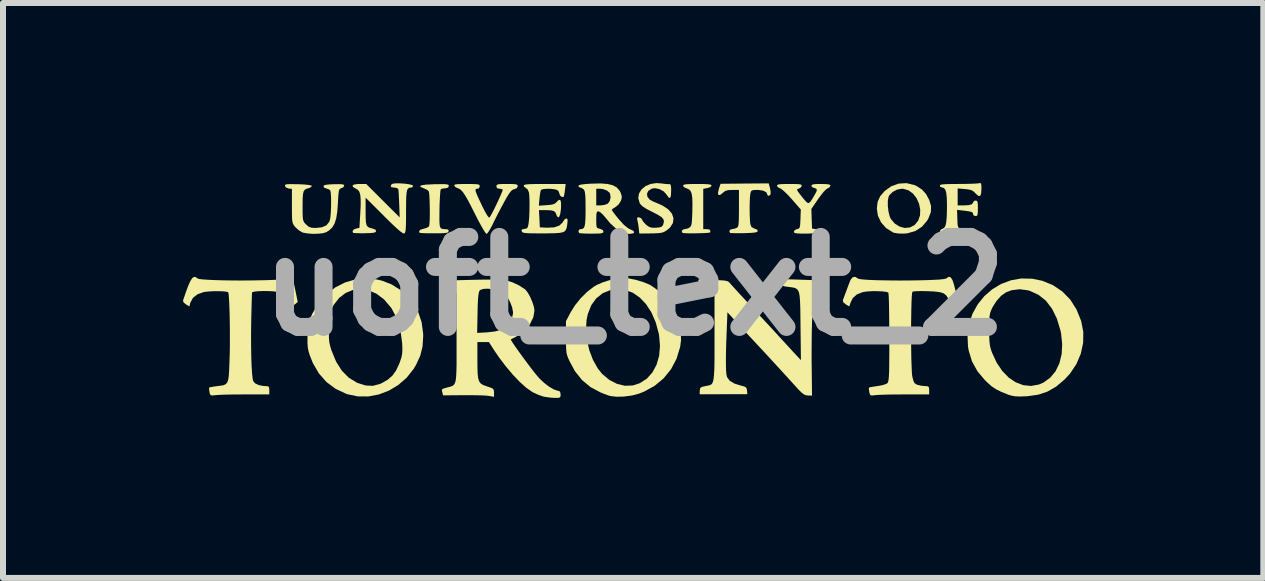
<source format=kicad_pcb>
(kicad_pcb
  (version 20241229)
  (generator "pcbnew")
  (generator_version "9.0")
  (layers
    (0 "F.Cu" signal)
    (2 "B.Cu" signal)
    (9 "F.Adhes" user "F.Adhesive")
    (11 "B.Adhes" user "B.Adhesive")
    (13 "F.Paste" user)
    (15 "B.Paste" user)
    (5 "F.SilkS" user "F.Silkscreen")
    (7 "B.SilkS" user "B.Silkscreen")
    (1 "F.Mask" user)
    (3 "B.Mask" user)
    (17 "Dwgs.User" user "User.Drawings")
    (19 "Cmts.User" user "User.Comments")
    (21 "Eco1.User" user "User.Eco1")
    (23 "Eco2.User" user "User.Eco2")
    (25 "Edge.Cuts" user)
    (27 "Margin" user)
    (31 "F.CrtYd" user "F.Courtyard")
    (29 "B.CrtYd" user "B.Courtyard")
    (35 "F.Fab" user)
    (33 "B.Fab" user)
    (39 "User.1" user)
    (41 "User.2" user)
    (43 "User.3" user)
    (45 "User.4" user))
  (footprint "uoft_text_2"
    (layer "F.Cu")
    (at 7.521 1.72)
    (property "Reference" "uoft_text_2" (at 0 0 0) (layer "F.Fab") (effects (font (size 1.5 1.5) (thickness 0.3))))
    (attr board_only exclude_from_pos_files exclude_from_bom)
    (fp_poly (pts (xy 1.154 -1.703) (xy 1.224 -1.7) (xy 1.266 -1.694) (xy 1.285 -1.684) (xy 1.288 -1.676) (xy 1.27 -1.654) (xy 1.225 -1.637) (xy 1.218 -1.636) (xy 1.149 -1.623) (xy 1.149 -1.287) (xy 1.149 -0.951) (xy 1.209 -0.951) (xy 1.255 -0.944) (xy 1.268 -0.919) (xy 1.263 -0.897) (xy 1.243 -0.891) (xy 1.193 -0.887) (xy 1.123 -0.884) (xy 1.041 -0.882) (xy 0.959 -0.881) (xy 0.885 -0.882) (xy 0.83 -0.885) (xy 0.802 -0.889) (xy 0.801 -0.89) (xy 0.791 -0.92) (xy 0.811 -0.944) (xy 0.838 -0.951) (xy 0.892 -0.963) (xy 0.922 -0.979) (xy 0.939 -0.996) (xy 0.951 -1.022) (xy 0.958 -1.064) (xy 0.963 -1.131) (xy 0.967 -1.229) (xy 0.967 -1.243) (xy 0.969 -1.374) (xy 0.966 -1.472) (xy 0.956 -1.541) (xy 0.939 -1.586) (xy 0.912 -1.614) (xy 0.876 -1.629) (xy 0.832 -1.648) (xy 0.812 -1.673) (xy 0.812 -1.675) (xy 0.819 -1.687) (xy 0.842 -1.696) (xy 0.887 -1.701) (xy 0.962 -1.703) (xy 1.05 -1.704)) (stroke (width 0) (type solid)) (fill yes) (layer "F.SilkS"))
    (fp_poly (pts (xy 4.664 -1.688) (xy 4.709 -1.667) (xy 4.796 -1.61) (xy 4.862 -1.536) (xy 4.915 -1.438) (xy 4.946 -1.335) (xy 4.942 -1.235) (xy 4.902 -1.131) (xy 4.881 -1.094) (xy 4.795 -0.992) (xy 4.686 -0.921) (xy 4.557 -0.883) (xy 4.498 -0.877) (xy 4.405 -0.878) (xy 4.331 -0.89) (xy 4.309 -0.898) (xy 4.197 -0.969) (xy 4.113 -1.063) (xy 4.06 -1.175) (xy 4.042 -1.293) (xy 4.047 -1.338) (xy 4.225 -1.338) (xy 4.236 -1.246) (xy 4.256 -1.164) (xy 4.273 -1.125) (xy 4.337 -1.047) (xy 4.418 -0.995) (xy 4.506 -0.971) (xy 4.593 -0.979) (xy 4.671 -1.019) (xy 4.673 -1.021) (xy 4.732 -1.094) (xy 4.762 -1.182) (xy 4.765 -1.279) (xy 4.745 -1.376) (xy 4.704 -1.467) (xy 4.645 -1.543) (xy 4.57 -1.598) (xy 4.481 -1.624) (xy 4.46 -1.625) (xy 4.379 -1.61) (xy 4.305 -1.571) (xy 4.251 -1.517) (xy 4.238 -1.491) (xy 4.225 -1.425) (xy 4.225 -1.338) (xy 4.047 -1.338) (xy 4.055 -1.405) (xy 4.098 -1.501) (xy 4.173 -1.587) (xy 4.284 -1.667) (xy 4.407 -1.71) (xy 4.536 -1.718)) (stroke (width 0) (type solid)) (fill yes) (layer "F.SilkS"))
    (fp_poly (pts (xy -3.16 -1.701) (xy -3.119 -1.697) (xy -3.099 -1.69) (xy -3.091 -1.677) (xy -3.091 -1.67) (xy -3.104 -1.643) (xy -3.146 -1.633) (xy -3.151 -1.632) (xy -3.198 -1.627) (xy -3.225 -1.616) (xy -3.231 -1.592) (xy -3.236 -1.536) (xy -3.241 -1.458) (xy -3.245 -1.366) (xy -3.247 -1.268) (xy -3.248 -1.174) (xy -3.248 -1.092) (xy -3.245 -1.03) (xy -3.241 -1.001) (xy -3.226 -0.967) (xy -3.193 -0.953) (xy -3.158 -0.951) (xy -3.111 -0.947) (xy -3.094 -0.932) (xy -3.095 -0.916) (xy -3.102 -0.901) (xy -3.12 -0.892) (xy -3.156 -0.886) (xy -3.218 -0.883) (xy -3.311 -0.882) (xy -3.335 -0.882) (xy -3.427 -0.882) (xy -3.504 -0.884) (xy -3.557 -0.887) (xy -3.578 -0.89) (xy -3.587 -0.918) (xy -3.562 -0.943) (xy -3.509 -0.958) (xy -3.455 -0.974) (xy -3.423 -0.997) (xy -3.42 -1.002) (xy -3.414 -1.037) (xy -3.41 -1.101) (xy -3.408 -1.185) (xy -3.408 -1.279) (xy -3.41 -1.374) (xy -3.413 -1.461) (xy -3.417 -1.531) (xy -3.423 -1.575) (xy -3.426 -1.583) (xy -3.456 -1.609) (xy -3.506 -1.631) (xy -3.51 -1.633) (xy -3.559 -1.653) (xy -3.57 -1.67) (xy -3.541 -1.683) (xy -3.474 -1.693) (xy -3.367 -1.698) (xy -3.329 -1.7) (xy -3.228 -1.701)) (stroke (width 0) (type solid)) (fill yes) (layer "F.SilkS"))
    (fp_poly (pts (xy 2.261 -1.637) (xy 2.271 -1.582) (xy 2.272 -1.539) (xy 2.271 -1.533) (xy 2.251 -1.51) (xy 2.228 -1.508) (xy 2.219 -1.524) (xy 2.201 -1.564) (xy 2.15 -1.592) (xy 2.073 -1.604) (xy 2.052 -1.605) (xy 1.99 -1.603) (xy 1.958 -1.595) (xy 1.942 -1.575) (xy 1.934 -1.543) (xy 1.928 -1.488) (xy 1.924 -1.406) (xy 1.922 -1.309) (xy 1.923 -1.209) (xy 1.926 -1.12) (xy 1.931 -1.052) (xy 1.934 -1.034) (xy 1.954 -0.986) (xy 1.995 -0.963) (xy 2.004 -0.96) (xy 2.048 -0.942) (xy 2.057 -0.918) (xy 2.046 -0.905) (xy 2.017 -0.896) (xy 1.963 -0.89) (xy 1.879 -0.886) (xy 1.827 -0.884) (xy 1.737 -0.883) (xy 1.663 -0.884) (xy 1.612 -0.886) (xy 1.594 -0.889) (xy 1.584 -0.92) (xy 1.603 -0.945) (xy 1.626 -0.951) (xy 1.678 -0.961) (xy 1.705 -0.972) (xy 1.72 -0.982) (xy 1.73 -1) (xy 1.737 -1.031) (xy 1.741 -1.082) (xy 1.743 -1.158) (xy 1.744 -1.267) (xy 1.744 -1.298) (xy 1.744 -1.605) (xy 1.634 -1.605) (xy 1.563 -1.601) (xy 1.517 -1.588) (xy 1.479 -1.56) (xy 1.473 -1.554) (xy 1.429 -1.52) (xy 1.402 -1.521) (xy 1.394 -1.554) (xy 1.408 -1.617) (xy 1.41 -1.625) (xy 1.438 -1.707) (xy 1.839 -1.711) (xy 2.24 -1.714)) (stroke (width 0) (type solid)) (fill yes) (layer "F.SilkS"))
    (fp_poly (pts (xy 0.449 -1.713) (xy 0.513 -1.705) (xy 0.564 -1.701) (xy 0.58 -1.702) (xy 0.599 -1.699) (xy 0.609 -1.678) (xy 0.614 -1.632) (xy 0.614 -1.586) (xy 0.61 -1.51) (xy 0.598 -1.473) (xy 0.577 -1.474) (xy 0.547 -1.513) (xy 0.539 -1.526) (xy 0.49 -1.58) (xy 0.421 -1.618) (xy 0.347 -1.634) (xy 0.293 -1.627) (xy 0.235 -1.59) (xy 0.211 -1.542) (xy 0.219 -1.49) (xy 0.259 -1.441) (xy 0.32 -1.409) (xy 0.381 -1.384) (xy 0.451 -1.353) (xy 0.472 -1.343) (xy 0.566 -1.281) (xy 0.627 -1.21) (xy 0.653 -1.133) (xy 0.644 -1.055) (xy 0.598 -0.98) (xy 0.54 -0.931) (xy 0.502 -0.908) (xy 0.463 -0.893) (xy 0.411 -0.885) (xy 0.338 -0.881) (xy 0.276 -0.88) (xy 0.083 -0.878) (xy 0.074 -0.969) (xy 0.065 -1.035) (xy 0.054 -1.091) (xy 0.05 -1.105) (xy 0.045 -1.138) (xy 0.066 -1.149) (xy 0.076 -1.149) (xy 0.115 -1.132) (xy 0.129 -1.11) (xy 0.151 -1.073) (xy 0.192 -1.029) (xy 0.202 -1.02) (xy 0.248 -0.988) (xy 0.295 -0.975) (xy 0.363 -0.975) (xy 0.364 -0.975) (xy 0.425 -0.981) (xy 0.459 -0.994) (xy 0.478 -1.019) (xy 0.484 -1.036) (xy 0.494 -1.079) (xy 0.486 -1.115) (xy 0.456 -1.15) (xy 0.398 -1.187) (xy 0.31 -1.234) (xy 0.292 -1.242) (xy 0.202 -1.289) (xy 0.141 -1.328) (xy 0.104 -1.364) (xy 0.089 -1.388) (xy 0.066 -1.468) (xy 0.078 -1.544) (xy 0.119 -1.612) (xy 0.185 -1.667) (xy 0.271 -1.704) (xy 0.37 -1.719)) (stroke (width 0) (type solid)) (fill yes) (layer "F.SilkS"))
    (fp_poly (pts (xy -2.035 -1.703) (xy -1.982 -1.7) (xy -1.954 -1.692) (xy -1.943 -1.679) (xy -1.942 -1.667) (xy -1.959 -1.634) (xy -1.999 -1.618) (xy -2.027 -1.608) (xy -2.054 -1.586) (xy -2.085 -1.546) (xy -2.125 -1.482) (xy -2.169 -1.403) (xy -2.224 -1.3) (xy -2.282 -1.19) (xy -2.333 -1.088) (xy -2.359 -1.035) (xy -2.396 -0.963) (xy -2.43 -0.907) (xy -2.455 -0.876) (xy -2.463 -0.872) (xy -2.48 -0.889) (xy -2.511 -0.936) (xy -2.552 -1.007) (xy -2.601 -1.097) (xy -2.645 -1.184) (xy -2.715 -1.323) (xy -2.771 -1.43) (xy -2.817 -1.509) (xy -2.854 -1.565) (xy -2.886 -1.601) (xy -2.915 -1.623) (xy -2.939 -1.632) (xy -2.981 -1.652) (xy -2.999 -1.674) (xy -2.999 -1.687) (xy -2.983 -1.696) (xy -2.944 -1.701) (xy -2.877 -1.703) (xy -2.793 -1.704) (xy -2.698 -1.703) (xy -2.635 -1.701) (xy -2.599 -1.696) (xy -2.581 -1.687) (xy -2.576 -1.672) (xy -2.576 -1.664) (xy -2.589 -1.631) (xy -2.617 -1.625) (xy -2.636 -1.622) (xy -2.646 -1.611) (xy -2.645 -1.587) (xy -2.631 -1.545) (xy -2.602 -1.479) (xy -2.558 -1.385) (xy -2.532 -1.33) (xy -2.488 -1.243) (xy -2.452 -1.181) (xy -2.426 -1.147) (xy -2.415 -1.143) (xy -2.397 -1.17) (xy -2.368 -1.223) (xy -2.332 -1.292) (xy -2.294 -1.371) (xy -2.257 -1.45) (xy -2.225 -1.521) (xy -2.202 -1.576) (xy -2.192 -1.606) (xy -2.192 -1.61) (xy -2.217 -1.621) (xy -2.25 -1.625) (xy -2.288 -1.634) (xy -2.298 -1.664) (xy -2.295 -1.683) (xy -2.281 -1.695) (xy -2.249 -1.701) (xy -2.19 -1.704) (xy -2.12 -1.704)) (stroke (width 0) (type solid)) (fill yes) (layer "F.SilkS"))
    (fp_poly (pts (xy 3.192 -1.702) (xy 3.241 -1.697) (xy 3.264 -1.687) (xy 3.269 -1.675) (xy 3.252 -1.647) (xy 3.225 -1.633) (xy 3.192 -1.611) (xy 3.144 -1.56) (xy 3.087 -1.485) (xy 3.065 -1.455) (xy 2.951 -1.288) (xy 2.956 -1.125) (xy 2.962 -0.961) (xy 3.021 -0.951) (xy 3.065 -0.935) (xy 3.081 -0.911) (xy 3.074 -0.897) (xy 3.048 -0.888) (xy 2.998 -0.882) (xy 2.917 -0.878) (xy 2.879 -0.877) (xy 2.778 -0.877) (xy 2.706 -0.881) (xy 2.668 -0.89) (xy 2.663 -0.894) (xy 2.663 -0.924) (xy 2.696 -0.947) (xy 2.724 -0.954) (xy 2.744 -0.962) (xy 2.757 -0.982) (xy 2.764 -1.023) (xy 2.768 -1.092) (xy 2.769 -1.12) (xy 2.775 -1.278) (xy 2.626 -1.449) (xy 2.558 -1.523) (xy 2.497 -1.582) (xy 2.45 -1.621) (xy 2.427 -1.633) (xy 2.39 -1.652) (xy 2.378 -1.675) (xy 2.384 -1.688) (xy 2.408 -1.697) (xy 2.456 -1.702) (xy 2.534 -1.704) (xy 2.587 -1.704) (xy 2.68 -1.703) (xy 2.741 -1.701) (xy 2.775 -1.695) (xy 2.789 -1.685) (xy 2.79 -1.67) (xy 2.768 -1.639) (xy 2.739 -1.626) (xy 2.718 -1.618) (xy 2.713 -1.606) (xy 2.725 -1.581) (xy 2.757 -1.537) (xy 2.796 -1.488) (xy 2.847 -1.426) (xy 2.881 -1.392) (xy 2.909 -1.386) (xy 2.936 -1.41) (xy 2.972 -1.464) (xy 3.006 -1.523) (xy 3.035 -1.576) (xy 3.043 -1.607) (xy 3.032 -1.624) (xy 3.029 -1.626) (xy 2.99 -1.642) (xy 2.977 -1.644) (xy 2.955 -1.66) (xy 2.952 -1.674) (xy 2.96 -1.689) (xy 2.987 -1.699) (xy 3.04 -1.703) (xy 3.111 -1.704)) (stroke (width 0) (type solid)) (fill yes) (layer "F.SilkS"))
    (fp_poly (pts (xy -3.899 -1.714) (xy -3.826 -1.709) (xy -3.759 -1.7) (xy -3.709 -1.688) (xy -3.686 -1.674) (xy -3.685 -1.671) (xy -3.701 -1.649) (xy -3.721 -1.644) (xy -3.749 -1.641) (xy -3.77 -1.629) (xy -3.785 -1.603) (xy -3.795 -1.557) (xy -3.801 -1.487) (xy -3.803 -1.388) (xy -3.804 -1.254) (xy -3.804 -1.244) (xy -3.804 -1.115) (xy -3.806 -1.021) (xy -3.809 -0.956) (xy -3.814 -0.914) (xy -3.822 -0.891) (xy -3.833 -0.879) (xy -3.836 -0.878) (xy -3.857 -0.884) (xy -3.898 -0.912) (xy -3.959 -0.965) (xy -4.043 -1.043) (xy -4.151 -1.149) (xy -4.172 -1.171) (xy -4.478 -1.476) (xy -4.478 -1.245) (xy -4.477 -1.14) (xy -4.473 -1.066) (xy -4.462 -1.019) (xy -4.442 -0.99) (xy -4.411 -0.974) (xy -4.364 -0.962) (xy -4.363 -0.961) (xy -4.314 -0.943) (xy -4.303 -0.917) (xy -4.313 -0.902) (xy -4.341 -0.892) (xy -4.393 -0.886) (xy -4.477 -0.884) (xy -4.494 -0.883) (xy -4.575 -0.883) (xy -4.64 -0.885) (xy -4.68 -0.888) (xy -4.687 -0.89) (xy -4.696 -0.919) (xy -4.673 -0.947) (xy -4.638 -0.96) (xy -4.581 -0.973) (xy -4.567 -1.208) (xy -4.56 -1.345) (xy -4.56 -1.448) (xy -4.567 -1.522) (xy -4.582 -1.574) (xy -4.607 -1.606) (xy -4.638 -1.625) (xy -4.686 -1.653) (xy -4.697 -1.676) (xy -4.672 -1.694) (xy -4.612 -1.703) (xy -4.582 -1.704) (xy -4.468 -1.704) (xy -4.189 -1.425) (xy -3.91 -1.147) (xy -3.918 -1.371) (xy -3.922 -1.463) (xy -3.926 -1.541) (xy -3.93 -1.597) (xy -3.934 -1.62) (xy -3.957 -1.637) (xy -4.002 -1.644) (xy -4.048 -1.65) (xy -4.06 -1.668) (xy -4.046 -1.698) (xy -4.02 -1.71) (xy -3.967 -1.715)) (stroke (width 0) (type solid)) (fill yes) (layer "F.SilkS"))
    (fp_poly (pts (xy -0.087 -0.129) (xy 0.034 -0.104) (xy 0.155 -0.067) (xy 0.258 -0.024) (xy 0.277 -0.013) (xy 0.429 0.093) (xy 0.558 0.226) (xy 0.66 0.379) (xy 0.732 0.546) (xy 0.773 0.721) (xy 0.779 0.9) (xy 0.764 1.012) (xy 0.704 1.209) (xy 0.611 1.385) (xy 0.487 1.537) (xy 0.336 1.662) (xy 0.158 1.759) (xy 0.076 1.791) (xy -0.044 1.822) (xy -0.174 1.839) (xy -0.299 1.842) (xy -0.404 1.829) (xy -0.406 1.828) (xy -0.445 1.816) (xy -0.506 1.793) (xy -0.565 1.769) (xy -0.73 1.681) (xy -0.871 1.564) (xy -0.989 1.416) (xy -1.08 1.248) (xy -1.104 1.194) (xy -1.121 1.147) (xy -1.131 1.098) (xy -1.136 1.039) (xy -1.138 0.958) (xy -1.139 0.852) (xy -1.139 0.721) (xy -0.806 0.721) (xy -0.79 0.894) (xy -0.75 1.067) (xy -0.688 1.229) (xy -0.608 1.371) (xy -0.536 1.461) (xy -0.417 1.561) (xy -0.289 1.627) (xy -0.157 1.659) (xy -0.025 1.654) (xy 0.09 1.617) (xy 0.208 1.542) (xy 0.302 1.437) (xy 0.371 1.308) (xy 0.414 1.159) (xy 0.428 0.994) (xy 0.413 0.818) (xy 0.408 0.791) (xy 0.357 0.603) (xy 0.286 0.438) (xy 0.196 0.299) (xy 0.091 0.189) (xy -0.026 0.108) (xy -0.154 0.061) (xy -0.289 0.048) (xy -0.4 0.065) (xy -0.529 0.118) (xy -0.635 0.203) (xy -0.717 0.317) (xy -0.774 0.461) (xy -0.795 0.558) (xy -0.806 0.721) (xy -1.139 0.721) (xy -1.139 0.584) (xy -1.062 0.436) (xy -0.988 0.318) (xy -0.893 0.2) (xy -0.786 0.094) (xy -0.677 0.009) (xy -0.624 -0.022) (xy -0.529 -0.063) (xy -0.418 -0.099) (xy -0.307 -0.126) (xy -0.21 -0.138) (xy -0.191 -0.139)) (stroke (width 0) (type solid)) (fill yes) (layer "F.SilkS"))
    (fp_poly (pts (xy 6.63 -0.125) (xy 6.798 -0.091) (xy 6.978 -0.017) (xy 7.134 0.088) (xy 7.265 0.222) (xy 7.369 0.386) (xy 7.447 0.578) (xy 7.448 0.582) (xy 7.483 0.762) (xy 7.48 0.945) (xy 7.441 1.125) (xy 7.368 1.297) (xy 7.261 1.457) (xy 7.168 1.557) (xy 7.029 1.674) (xy 6.886 1.756) (xy 6.73 1.808) (xy 6.552 1.833) (xy 6.518 1.835) (xy 6.416 1.838) (xy 6.341 1.834) (xy 6.279 1.822) (xy 6.231 1.807) (xy 6.119 1.762) (xy 6.032 1.719) (xy 5.959 1.671) (xy 5.887 1.608) (xy 5.844 1.566) (xy 5.718 1.416) (xy 5.628 1.253) (xy 5.573 1.073) (xy 5.561 1.004) (xy 5.553 0.811) (xy 5.566 0.723) (xy 5.914 0.723) (xy 5.915 0.836) (xy 5.919 0.919) (xy 5.926 0.984) (xy 5.939 1.04) (xy 5.959 1.099) (xy 5.963 1.11) (xy 6.039 1.274) (xy 6.133 1.413) (xy 6.24 1.523) (xy 6.358 1.602) (xy 6.483 1.649) (xy 6.611 1.662) (xy 6.741 1.639) (xy 6.817 1.607) (xy 6.93 1.526) (xy 7.02 1.418) (xy 7.084 1.285) (xy 7.122 1.132) (xy 7.131 0.964) (xy 7.112 0.784) (xy 7.102 0.737) (xy 7.042 0.539) (xy 6.961 0.374) (xy 6.859 0.241) (xy 6.736 0.143) (xy 6.593 0.078) (xy 6.558 0.068) (xy 6.421 0.05) (xy 6.288 0.067) (xy 6.195 0.102) (xy 6.114 0.159) (xy 6.037 0.245) (xy 5.973 0.345) (xy 5.967 0.357) (xy 5.945 0.405) (xy 5.93 0.448) (xy 5.921 0.497) (xy 5.916 0.56) (xy 5.914 0.647) (xy 5.914 0.723) (xy 5.566 0.723) (xy 5.579 0.627) (xy 5.637 0.457) (xy 5.723 0.302) (xy 5.833 0.166) (xy 5.964 0.052) (xy 6.112 -0.037) (xy 6.275 -0.098) (xy 6.449 -0.129)) (stroke (width 0) (type solid)) (fill yes) (layer "F.SilkS"))
    (fp_poly (pts (xy 5.779 -1.709) (xy 5.785 -1.675) (xy 5.785 -1.619) (xy 5.78 -1.543) (xy 5.764 -1.505) (xy 5.736 -1.504) (xy 5.694 -1.539) (xy 5.686 -1.549) (xy 5.65 -1.583) (xy 5.61 -1.604) (xy 5.55 -1.615) (xy 5.512 -1.619) (xy 5.389 -1.63) (xy 5.389 -1.489) (xy 5.389 -1.347) (xy 5.487 -1.347) (xy 5.572 -1.351) (xy 5.624 -1.365) (xy 5.645 -1.389) (xy 5.647 -1.399) (xy 5.663 -1.421) (xy 5.686 -1.427) (xy 5.708 -1.423) (xy 5.72 -1.405) (xy 5.725 -1.364) (xy 5.726 -1.298) (xy 5.725 -1.228) (xy 5.719 -1.189) (xy 5.707 -1.172) (xy 5.686 -1.169) (xy 5.654 -1.181) (xy 5.647 -1.198) (xy 5.643 -1.221) (xy 5.626 -1.236) (xy 5.588 -1.246) (xy 5.52 -1.256) (xy 5.497 -1.259) (xy 5.379 -1.272) (xy 5.382 -1.176) (xy 5.385 -1.084) (xy 5.388 -1.025) (xy 5.395 -0.99) (xy 5.409 -0.972) (xy 5.432 -0.964) (xy 5.468 -0.959) (xy 5.469 -0.958) (xy 5.523 -0.945) (xy 5.543 -0.926) (xy 5.543 -0.914) (xy 5.535 -0.899) (xy 5.512 -0.89) (xy 5.467 -0.884) (xy 5.394 -0.881) (xy 5.324 -0.88) (xy 5.236 -0.881) (xy 5.164 -0.882) (xy 5.116 -0.886) (xy 5.101 -0.889) (xy 5.092 -0.919) (xy 5.114 -0.948) (xy 5.139 -0.958) (xy 5.165 -0.973) (xy 5.185 -1.006) (xy 5.198 -1.061) (xy 5.206 -1.143) (xy 5.21 -1.257) (xy 5.211 -1.349) (xy 5.208 -1.47) (xy 5.199 -1.556) (xy 5.182 -1.611) (xy 5.157 -1.639) (xy 5.132 -1.644) (xy 5.099 -1.657) (xy 5.092 -1.674) (xy 5.097 -1.686) (xy 5.117 -1.694) (xy 5.157 -1.699) (xy 5.222 -1.702) (xy 5.317 -1.704) (xy 5.394 -1.704) (xy 5.503 -1.705) (xy 5.6 -1.707) (xy 5.679 -1.71) (xy 5.729 -1.714) (xy 5.741 -1.716) (xy 5.766 -1.72)) (stroke (width 0) (type solid)) (fill yes) (layer "F.SilkS"))
    (fp_poly (pts (xy -5.641 -1.7) (xy -5.605 -1.7) (xy -5.496 -1.695) (xy -5.42 -1.687) (xy -5.38 -1.677) (xy -5.375 -1.672) (xy -5.386 -1.652) (xy -5.423 -1.635) (xy -5.465 -1.623) (xy -5.493 -1.606) (xy -5.512 -1.577) (xy -5.522 -1.53) (xy -5.527 -1.458) (xy -5.528 -1.354) (xy -5.528 -1.333) (xy -5.528 -1.231) (xy -5.526 -1.16) (xy -5.521 -1.112) (xy -5.511 -1.08) (xy -5.496 -1.056) (xy -5.473 -1.032) (xy -5.47 -1.029) (xy -5.427 -0.992) (xy -5.381 -0.975) (xy -5.315 -0.971) (xy -5.31 -0.971) (xy -5.205 -0.982) (xy -5.131 -1.015) (xy -5.085 -1.072) (xy -5.073 -1.105) (xy -5.064 -1.155) (xy -5.058 -1.229) (xy -5.054 -1.316) (xy -5.053 -1.407) (xy -5.054 -1.49) (xy -5.059 -1.556) (xy -5.066 -1.595) (xy -5.067 -1.598) (xy -5.097 -1.618) (xy -5.132 -1.628) (xy -5.169 -1.643) (xy -5.181 -1.664) (xy -5.173 -1.679) (xy -5.145 -1.689) (xy -5.091 -1.696) (xy -5.008 -1.7) (xy -4.923 -1.701) (xy -4.87 -1.699) (xy -4.843 -1.692) (xy -4.835 -1.679) (xy -4.834 -1.675) (xy -4.851 -1.648) (xy -4.881 -1.634) (xy -4.901 -1.627) (xy -4.915 -1.613) (xy -4.924 -1.585) (xy -4.93 -1.537) (xy -4.936 -1.46) (xy -4.939 -1.39) (xy -4.95 -1.243) (xy -4.968 -1.13) (xy -4.995 -1.044) (xy -5.034 -0.979) (xy -5.086 -0.93) (xy -5.135 -0.9) (xy -5.191 -0.883) (xy -5.271 -0.875) (xy -5.362 -0.873) (xy -5.45 -0.88) (xy -5.521 -0.893) (xy -5.539 -0.9) (xy -5.592 -0.933) (xy -5.645 -0.98) (xy -5.653 -0.99) (xy -5.674 -1.016) (xy -5.688 -1.041) (xy -5.698 -1.073) (xy -5.703 -1.119) (xy -5.705 -1.186) (xy -5.706 -1.283) (xy -5.706 -1.338) (xy -5.706 -1.622) (xy -5.76 -1.628) (xy -5.806 -1.646) (xy -5.821 -1.67) (xy -5.821 -1.685) (xy -5.81 -1.695) (xy -5.78 -1.7) (xy -5.726 -1.702)) (stroke (width 0) (type solid)) (fill yes) (layer "F.SilkS"))
    (fp_poly (pts (xy -4.276 -0.11) (xy -4.198 -0.09) (xy -4.047 -0.031) (xy -3.913 0.053) (xy -3.828 0.126) (xy -3.696 0.272) (xy -3.602 0.429) (xy -3.544 0.601) (xy -3.519 0.792) (xy -3.518 0.832) (xy -3.529 1.004) (xy -3.567 1.158) (xy -3.636 1.308) (xy -3.677 1.377) (xy -3.793 1.524) (xy -3.932 1.645) (xy -4.088 1.739) (xy -4.257 1.804) (xy -4.433 1.837) (xy -4.609 1.836) (xy -4.78 1.8) (xy -4.799 1.794) (xy -4.977 1.711) (xy -5.13 1.597) (xy -5.256 1.454) (xy -5.357 1.281) (xy -5.409 1.149) (xy -5.43 1.08) (xy -5.442 1.016) (xy -5.447 0.942) (xy -5.446 0.846) (xy -5.445 0.812) (xy -5.444 0.791) (xy -5.09 0.791) (xy -5.089 0.871) (xy -5.082 0.935) (xy -5.069 0.996) (xy -5.048 1.066) (xy -5.045 1.074) (xy -4.969 1.258) (xy -4.874 1.408) (xy -4.758 1.525) (xy -4.624 1.607) (xy -4.604 1.615) (xy -4.474 1.655) (xy -4.356 1.66) (xy -4.241 1.629) (xy -4.21 1.616) (xy -4.108 1.557) (xy -4.031 1.49) (xy -3.97 1.404) (xy -3.917 1.291) (xy -3.903 1.253) (xy -3.881 1.186) (xy -3.869 1.126) (xy -3.865 1.059) (xy -3.868 0.971) (xy -3.869 0.946) (xy -3.899 0.727) (xy -3.958 0.534) (xy -4.047 0.366) (xy -4.166 0.225) (xy -4.177 0.215) (xy -4.3 0.123) (xy -4.43 0.068) (xy -4.562 0.048) (xy -4.69 0.063) (xy -4.81 0.112) (xy -4.918 0.194) (xy -5.007 0.308) (xy -5.028 0.345) (xy -5.051 0.394) (xy -5.067 0.441) (xy -5.077 0.496) (xy -5.083 0.571) (xy -5.088 0.674) (xy -5.088 0.684) (xy -5.09 0.791) (xy -5.444 0.791) (xy -5.44 0.715) (xy -5.432 0.643) (xy -5.419 0.584) (xy -5.396 0.523) (xy -5.361 0.448) (xy -5.36 0.446) (xy -5.258 0.277) (xy -5.131 0.134) (xy -4.984 0.02) (xy -4.82 -0.063) (xy -4.645 -0.114) (xy -4.462 -0.131)) (stroke (width 0) (type solid)) (fill yes) (layer "F.SilkS"))
    (fp_poly (pts (xy -1.156 -1.602) (xy -1.164 -1.543) (xy -1.173 -1.501) (xy -1.177 -1.491) (xy -1.204 -1.486) (xy -1.232 -1.506) (xy -1.248 -1.539) (xy -1.248 -1.544) (xy -1.264 -1.585) (xy -1.287 -1.604) (xy -1.329 -1.616) (xy -1.39 -1.623) (xy -1.456 -1.624) (xy -1.514 -1.619) (xy -1.551 -1.608) (xy -1.556 -1.603) (xy -1.565 -1.574) (xy -1.574 -1.517) (xy -1.58 -1.462) (xy -1.591 -1.342) (xy -1.461 -1.351) (xy -1.385 -1.358) (xy -1.337 -1.37) (xy -1.305 -1.392) (xy -1.291 -1.408) (xy -1.256 -1.44) (xy -1.232 -1.435) (xy -1.221 -1.393) (xy -1.221 -1.313) (xy -1.223 -1.283) (xy -1.234 -1.206) (xy -1.25 -1.159) (xy -1.269 -1.146) (xy -1.289 -1.168) (xy -1.299 -1.194) (xy -1.316 -1.232) (xy -1.344 -1.254) (xy -1.392 -1.265) (xy -1.47 -1.268) (xy -1.473 -1.268) (xy -1.589 -1.268) (xy -1.581 -1.124) (xy -1.574 -0.981) (xy -1.452 -0.975) (xy -1.336 -0.981) (xy -1.249 -1.011) (xy -1.193 -1.064) (xy -1.185 -1.081) (xy -1.158 -1.117) (xy -1.133 -1.129) (xy -1.116 -1.122) (xy -1.111 -1.092) (xy -1.117 -1.036) (xy -1.125 -0.983) (xy -1.138 -0.944) (xy -1.159 -0.916) (xy -1.195 -0.898) (xy -1.252 -0.888) (xy -1.334 -0.883) (xy -1.447 -0.881) (xy -1.526 -0.88) (xy -1.653 -0.881) (xy -1.746 -0.882) (xy -1.809 -0.886) (xy -1.848 -0.892) (xy -1.868 -0.901) (xy -1.872 -0.907) (xy -1.88 -0.936) (xy -1.869 -0.948) (xy -1.828 -0.955) (xy -1.795 -0.962) (xy -1.776 -0.983) (xy -1.765 -1.028) (xy -1.76 -1.06) (xy -1.752 -1.141) (xy -1.748 -1.24) (xy -1.746 -1.344) (xy -1.747 -1.442) (xy -1.751 -1.522) (xy -1.756 -1.562) (xy -1.776 -1.611) (xy -1.805 -1.635) (xy -1.836 -1.658) (xy -1.843 -1.676) (xy -1.837 -1.686) (xy -1.816 -1.694) (xy -1.774 -1.699) (xy -1.708 -1.702) (xy -1.612 -1.704) (xy -1.493 -1.704) (xy -1.144 -1.704)) (stroke (width 0) (type solid)) (fill yes) (layer "F.SilkS"))
    (fp_poly (pts (xy -0.446 -1.704) (xy -0.356 -1.682) (xy -0.291 -1.645) (xy -0.245 -1.592) (xy -0.226 -1.554) (xy -0.209 -1.501) (xy -0.212 -1.457) (xy -0.226 -1.418) (xy -0.264 -1.36) (xy -0.315 -1.318) (xy -0.356 -1.294) (xy -0.376 -1.274) (xy -0.376 -1.272) (xy -0.364 -1.252) (xy -0.332 -1.209) (xy -0.286 -1.15) (xy -0.258 -1.116) (xy -0.174 -1.023) (xy -0.103 -0.966) (xy -0.07 -0.949) (xy -0.016 -0.922) (xy -0.00006 -0.898) (xy -0.022 -0.88) (xy -0.08 -0.872) (xy -0.094 -0.872) (xy -0.192 -0.892) (xy -0.293 -0.949) (xy -0.398 -1.045) (xy -0.469 -1.13) (xy -0.521 -1.191) (xy -0.566 -1.232) (xy -0.597 -1.248) (xy -0.598 -1.248) (xy -0.617 -1.244) (xy -0.628 -1.224) (xy -0.633 -1.181) (xy -0.634 -1.109) (xy -0.633 -1.036) (xy -0.629 -0.994) (xy -0.617 -0.972) (xy -0.594 -0.962) (xy -0.575 -0.958) (xy -0.527 -0.938) (xy -0.515 -0.911) (xy -0.519 -0.895) (xy -0.536 -0.885) (xy -0.572 -0.879) (xy -0.636 -0.877) (xy -0.712 -0.876) (xy -0.797 -0.877) (xy -0.865 -0.88) (xy -0.909 -0.884) (xy -0.92 -0.887) (xy -0.932 -0.919) (xy -0.915 -0.946) (xy -0.896 -0.951) (xy -0.865 -0.955) (xy -0.843 -0.97) (xy -0.828 -1.001) (xy -0.819 -1.054) (xy -0.814 -1.134) (xy -0.812 -1.247) (xy -0.812 -1.29) (xy -0.813 -1.409) (xy -0.815 -1.486) (xy -0.634 -1.486) (xy -0.634 -1.347) (xy -0.559 -1.347) (xy -0.497 -1.355) (xy -0.444 -1.375) (xy -0.44 -1.378) (xy -0.409 -1.421) (xy -0.395 -1.481) (xy -0.403 -1.54) (xy -0.411 -1.557) (xy -0.455 -1.594) (xy -0.521 -1.619) (xy -0.573 -1.625) (xy -0.634 -1.625) (xy -0.634 -1.486) (xy -0.815 -1.486) (xy -0.816 -1.494) (xy -0.821 -1.551) (xy -0.829 -1.588) (xy -0.84 -1.61) (xy -0.843 -1.613) (xy -0.881 -1.639) (xy -0.903 -1.644) (xy -0.928 -1.659) (xy -0.931 -1.671) (xy -0.921 -1.684) (xy -0.886 -1.694) (xy -0.821 -1.702) (xy -0.722 -1.709) (xy -0.716 -1.709) (xy -0.564 -1.713)) (stroke (width 0) (type solid)) (fill yes) (layer "F.SilkS"))
    (fp_poly (pts (xy -5.699 -0.142) (xy -5.691 -0.117) (xy -5.677 -0.062) (xy -5.66 0.013) (xy -5.649 0.068) (xy -5.609 0.263) (xy -5.653 0.299) (xy -5.687 0.325) (xy -5.706 0.335) (xy -5.719 0.319) (xy -5.743 0.276) (xy -5.766 0.232) (xy -5.802 0.166) (xy -5.84 0.127) (xy -5.884 0.105) (xy -5.937 0.094) (xy -6.01 0.086) (xy -6.095 0.081) (xy -6.182 0.08) (xy -6.262 0.083) (xy -6.325 0.089) (xy -6.363 0.098) (xy -6.369 0.104) (xy -6.372 0.13) (xy -6.374 0.19) (xy -6.377 0.278) (xy -6.38 0.389) (xy -6.383 0.517) (xy -6.385 0.624) (xy -6.387 0.828) (xy -6.386 1.017) (xy -6.383 1.186) (xy -6.378 1.332) (xy -6.37 1.45) (xy -6.361 1.536) (xy -6.352 1.58) (xy -6.32 1.618) (xy -6.26 1.647) (xy -6.182 1.663) (xy -6.149 1.664) (xy -6.104 1.668) (xy -6.086 1.685) (xy -6.083 1.73) (xy -6.083 1.734) (xy -6.083 1.803) (xy -6.486 1.803) (xy -6.615 1.804) (xy -6.736 1.805) (xy -6.841 1.808) (xy -6.924 1.811) (xy -6.975 1.815) (xy -6.978 1.815) (xy -7.033 1.821) (xy -7.061 1.815) (xy -7.074 1.791) (xy -7.08 1.762) (xy -7.087 1.716) (xy -7.085 1.69) (xy -7.085 1.689) (xy -7.062 1.682) (xy -7.011 1.673) (xy -6.961 1.666) (xy -6.894 1.658) (xy -6.844 1.649) (xy -6.808 1.632) (xy -6.784 1.604) (xy -6.768 1.559) (xy -6.758 1.492) (xy -6.752 1.396) (xy -6.747 1.267) (xy -6.746 1.234) (xy -6.742 1.12) (xy -6.74 0.991) (xy -6.74 0.853) (xy -6.74 0.711) (xy -6.742 0.572) (xy -6.745 0.44) (xy -6.749 0.322) (xy -6.754 0.224) (xy -6.759 0.15) (xy -6.765 0.108) (xy -6.768 0.101) (xy -6.796 0.092) (xy -6.854 0.085) (xy -6.93 0.083) (xy -7.014 0.083) (xy -7.095 0.088) (xy -7.162 0.095) (xy -7.176 0.098) (xy -7.279 0.134) (xy -7.355 0.194) (xy -7.398 0.272) (xy -7.401 0.282) (xy -7.414 0.337) (xy -7.473 0.302) (xy -7.513 0.268) (xy -7.521 0.238) (xy -7.472 0.095) (xy -7.432 -0.013) (xy -7.397 -0.089) (xy -7.367 -0.135) (xy -7.338 -0.155) (xy -7.31 -0.152) (xy -7.279 -0.13) (xy -7.278 -0.129) (xy -7.25 -0.12) (xy -7.188 -0.113) (xy -7.098 -0.107) (xy -6.985 -0.102) (xy -6.854 -0.098) (xy -6.712 -0.096) (xy -6.563 -0.095) (xy -6.414 -0.096) (xy -6.269 -0.098) (xy -6.135 -0.101) (xy -6.016 -0.105) (xy -5.919 -0.111) (xy -5.848 -0.118) (xy -5.81 -0.126) (xy -5.805 -0.129) (xy -5.769 -0.152) (xy -5.727 -0.158)) (stroke (width 0) (type solid)) (fill yes) (layer "F.SilkS"))
    (fp_poly (pts (xy 3.722 -0.132) (xy 3.725 -0.129) (xy 3.752 -0.12) (xy 3.813 -0.112) (xy 3.902 -0.106) (xy 4.015 -0.101) (xy 4.145 -0.098) (xy 4.287 -0.096) (xy 4.435 -0.095) (xy 4.585 -0.096) (xy 4.73 -0.098) (xy 4.865 -0.101) (xy 4.985 -0.106) (xy 5.083 -0.111) (xy 5.155 -0.119) (xy 5.194 -0.127) (xy 5.199 -0.13) (xy 5.239 -0.157) (xy 5.272 -0.149) (xy 5.301 -0.106) (xy 5.328 -0.026) (xy 5.332 -0.01) (xy 5.359 0.098) (xy 5.375 0.173) (xy 5.382 0.225) (xy 5.378 0.258) (xy 5.364 0.28) (xy 5.34 0.298) (xy 5.334 0.302) (xy 5.276 0.336) (xy 5.25 0.258) (xy 5.226 0.194) (xy 5.195 0.149) (xy 5.153 0.118) (xy 5.091 0.099) (xy 5.002 0.088) (xy 4.892 0.083) (xy 4.797 0.081) (xy 4.718 0.082) (xy 4.661 0.086) (xy 4.635 0.092) (xy 4.629 0.118) (xy 4.624 0.177) (xy 4.62 0.265) (xy 4.617 0.375) (xy 4.615 0.503) (xy 4.613 0.643) (xy 4.613 0.789) (xy 4.613 0.936) (xy 4.615 1.078) (xy 4.617 1.209) (xy 4.621 1.324) (xy 4.625 1.418) (xy 4.63 1.484) (xy 4.634 1.509) (xy 4.651 1.575) (xy 4.669 1.613) (xy 4.697 1.634) (xy 4.719 1.643) (xy 4.786 1.659) (xy 4.847 1.664) (xy 4.892 1.668) (xy 4.91 1.685) (xy 4.914 1.73) (xy 4.914 1.734) (xy 4.914 1.803) (xy 4.51 1.803) (xy 4.381 1.804) (xy 4.26 1.805) (xy 4.155 1.808) (xy 4.072 1.811) (xy 4.021 1.815) (xy 4.018 1.815) (xy 3.963 1.821) (xy 3.935 1.815) (xy 3.922 1.791) (xy 3.916 1.762) (xy 3.909 1.716) (xy 3.911 1.69) (xy 3.911 1.689) (xy 3.934 1.683) (xy 3.985 1.674) (xy 4.053 1.664) (xy 4.131 1.65) (xy 4.191 1.631) (xy 4.218 1.616) (xy 4.226 1.604) (xy 4.233 1.584) (xy 4.238 1.552) (xy 4.243 1.504) (xy 4.246 1.436) (xy 4.248 1.345) (xy 4.249 1.227) (xy 4.25 1.078) (xy 4.25 0.893) (xy 4.25 0.853) (xy 4.249 0.686) (xy 4.248 0.532) (xy 4.246 0.395) (xy 4.244 0.279) (xy 4.241 0.19) (xy 4.237 0.13) (xy 4.234 0.106) (xy 4.233 0.106) (xy 4.203 0.095) (xy 4.143 0.087) (xy 4.065 0.083) (xy 3.98 0.082) (xy 3.898 0.086) (xy 3.83 0.094) (xy 3.808 0.098) (xy 3.709 0.137) (xy 3.641 0.198) (xy 3.605 0.271) (xy 3.583 0.337) (xy 3.524 0.302) (xy 3.483 0.268) (xy 3.475 0.238) (xy 3.488 0.2) (xy 3.511 0.138) (xy 3.539 0.063) (xy 3.567 -0.012) (xy 3.592 -0.076) (xy 3.603 -0.104) (xy 3.636 -0.147) (xy 3.679 -0.157)) (stroke (width 0) (type solid)) (fill yes) (layer "F.SilkS"))
    (fp_poly (pts (xy 2.56 -0.115) (xy 2.641 -0.113) (xy 2.742 -0.11) (xy 2.85 -0.106) (xy 3.21 -0.093) (xy 3.21 -0.039) (xy 3.204 -0.003) (xy 3.181 0.016) (xy 3.134 0.027) (xy 3.085 0.037) (xy 3.049 0.052) (xy 3.022 0.079) (xy 3.002 0.122) (xy 2.989 0.186) (xy 2.979 0.277) (xy 2.971 0.4) (xy 2.967 0.471) (xy 2.962 0.597) (xy 2.958 0.751) (xy 2.956 0.921) (xy 2.955 1.096) (xy 2.955 1.265) (xy 2.956 1.323) (xy 2.962 1.823) (xy 2.893 1.821) (xy 2.856 1.816) (xy 2.822 1.8) (xy 2.782 1.768) (xy 2.728 1.713) (xy 2.695 1.676) (xy 2.582 1.552) (xy 2.459 1.417) (xy 2.333 1.28) (xy 2.211 1.147) (xy 2.1 1.028) (xy 2.009 0.93) (xy 2.001 0.921) (xy 1.919 0.834) (xy 1.826 0.733) (xy 1.737 0.636) (xy 1.702 0.598) (xy 1.552 0.434) (xy 1.539 0.765) (xy 1.531 0.979) (xy 1.527 1.155) (xy 1.527 1.296) (xy 1.529 1.401) (xy 1.536 1.474) (xy 1.545 1.513) (xy 1.589 1.575) (xy 1.67 1.623) (xy 1.77 1.654) (xy 1.83 1.67) (xy 1.862 1.687) (xy 1.875 1.713) (xy 1.878 1.738) (xy 1.884 1.799) (xy 1.487 1.8) (xy 1.09 1.801) (xy 1.09 1.743) (xy 1.098 1.698) (xy 1.128 1.677) (xy 1.134 1.676) (xy 1.189 1.664) (xy 1.233 1.655) (xy 1.259 1.649) (xy 1.281 1.638) (xy 1.298 1.62) (xy 1.311 1.59) (xy 1.321 1.546) (xy 1.328 1.483) (xy 1.333 1.397) (xy 1.336 1.284) (xy 1.337 1.142) (xy 1.337 0.965) (xy 1.337 0.859) (xy 1.337 0.162) (xy 1.291 0.113) (xy 1.243 0.077) (xy 1.178 0.046) (xy 1.158 0.039) (xy 1.103 0.021) (xy 1.078 0.001) (xy 1.07 -0.032) (xy 1.07 -0.047) (xy 1.07 -0.109) (xy 1.313 -0.103) (xy 1.416 -0.1) (xy 1.487 -0.096) (xy 1.533 -0.089) (xy 1.563 -0.079) (xy 1.583 -0.063) (xy 1.592 -0.053) (xy 1.62 -0.021) (xy 1.671 0.035) (xy 1.739 0.11) (xy 1.82 0.197) (xy 1.908 0.293) (xy 1.999 0.391) (xy 2.088 0.487) (xy 2.17 0.574) (xy 2.17 0.575) (xy 2.243 0.653) (xy 2.319 0.735) (xy 2.386 0.808) (xy 2.408 0.833) (xy 2.468 0.898) (xy 2.542 0.979) (xy 2.617 1.06) (xy 2.641 1.087) (xy 2.777 1.232) (xy 2.77 0.664) (xy 2.768 0.49) (xy 2.766 0.351) (xy 2.762 0.243) (xy 2.755 0.163) (xy 2.744 0.105) (xy 2.727 0.066) (xy 2.703 0.042) (xy 2.67 0.027) (xy 2.629 0.019) (xy 2.576 0.012) (xy 2.566 0.011) (xy 2.504 0.002) (xy 2.473 -0.008) (xy 2.464 -0.026) (xy 2.469 -0.056) (xy 2.48 -0.097) (xy 2.486 -0.114) (xy 2.507 -0.115)) (stroke (width 0) (type solid)) (fill yes) (layer "F.SilkS"))
    (fp_poly (pts (xy -2.248 -0.108) (xy -2.165 -0.102) (xy -2.137 -0.097) (xy -2.031 -0.065) (xy -1.922 -0.014) (xy -1.829 0.046) (xy -1.815 0.057) (xy -1.776 0.106) (xy -1.735 0.179) (xy -1.699 0.264) (xy -1.673 0.345) (xy -1.664 0.407) (xy -1.683 0.518) (xy -1.736 0.627) (xy -1.817 0.728) (xy -1.921 0.812) (xy -1.978 0.845) (xy -2.025 0.869) (xy -2.054 0.884) (xy -2.058 0.885) (xy -2.051 0.903) (xy -2.025 0.946) (xy -1.982 1.009) (xy -1.927 1.086) (xy -1.865 1.172) (xy -1.799 1.261) (xy -1.734 1.348) (xy -1.674 1.426) (xy -1.622 1.49) (xy -1.584 1.534) (xy -1.503 1.611) (xy -1.419 1.675) (xy -1.34 1.721) (xy -1.274 1.743) (xy -1.261 1.744) (xy -1.236 1.758) (xy -1.228 1.803) (xy -1.23 1.837) (xy -1.243 1.855) (xy -1.276 1.861) (xy -1.332 1.861) (xy -1.415 1.855) (xy -1.5 1.842) (xy -1.527 1.835) (xy -1.601 1.809) (xy -1.681 1.773) (xy -1.707 1.758) (xy -1.802 1.691) (xy -1.91 1.594) (xy -2.024 1.474) (xy -2.14 1.337) (xy -2.252 1.19) (xy -2.337 1.065) (xy -2.423 0.931) (xy -2.519 0.931) (xy -2.615 0.931) (xy -2.615 1.233) (xy -2.614 1.367) (xy -2.61 1.466) (xy -2.601 1.538) (xy -2.584 1.588) (xy -2.558 1.622) (xy -2.52 1.646) (xy -2.468 1.665) (xy -2.451 1.671) (xy -2.388 1.692) (xy -2.354 1.71) (xy -2.341 1.734) (xy -2.338 1.772) (xy -2.338 1.775) (xy -2.338 1.843) (xy -2.422 1.828) (xy -2.47 1.823) (xy -2.549 1.819) (xy -2.65 1.817) (xy -2.765 1.816) (xy -2.846 1.816) (xy -3.187 1.819) (xy -3.199 1.769) (xy -3.207 1.736) (xy -3.203 1.718) (xy -3.18 1.706) (xy -3.129 1.691) (xy -3.12 1.688) (xy -3.08 1.678) (xy -3.048 1.668) (xy -3.022 1.656) (xy -3.002 1.637) (xy -2.987 1.608) (xy -2.976 1.565) (xy -2.969 1.504) (xy -2.965 1.421) (xy -2.962 1.313) (xy -2.962 1.175) (xy -2.962 1.004) (xy -2.962 0.862) (xy -2.962 0.778) (xy -2.619 0.778) (xy -2.454 0.769) (xy -2.329 0.755) (xy -2.231 0.73) (xy -2.195 0.715) (xy -2.11 0.653) (xy -2.05 0.567) (xy -2.023 0.465) (xy -2.021 0.435) (xy -2.034 0.359) (xy -2.066 0.272) (xy -2.109 0.19) (xy -2.145 0.143) (xy -2.199 0.104) (xy -2.273 0.073) (xy -2.358 0.051) (xy -2.443 0.041) (xy -2.516 0.045) (xy -2.568 0.063) (xy -2.578 0.072) (xy -2.589 0.098) (xy -2.598 0.147) (xy -2.605 0.224) (xy -2.61 0.333) (xy -2.612 0.441) (xy -2.619 0.778) (xy -2.962 0.778) (xy -2.962 0.115) (xy -3.009 0.077) (xy -3.061 0.049) (xy -3.108 0.039) (xy -3.172 0.029) (xy -3.203 -0.001) (xy -3.203 -0.044) (xy -3.191 -0.093) (xy -2.717 -0.106) (xy -2.523 -0.11) (xy -2.367 -0.111)) (stroke (width 0) (type solid)) (fill yes) (layer "F.SilkS")))
  (gr_rect
    (start -3 -3)
    (end 18.004 6.582)
    (stroke (width 0.1) (type default))
    (fill no)
    (layer "Edge.Cuts")))
</source>
